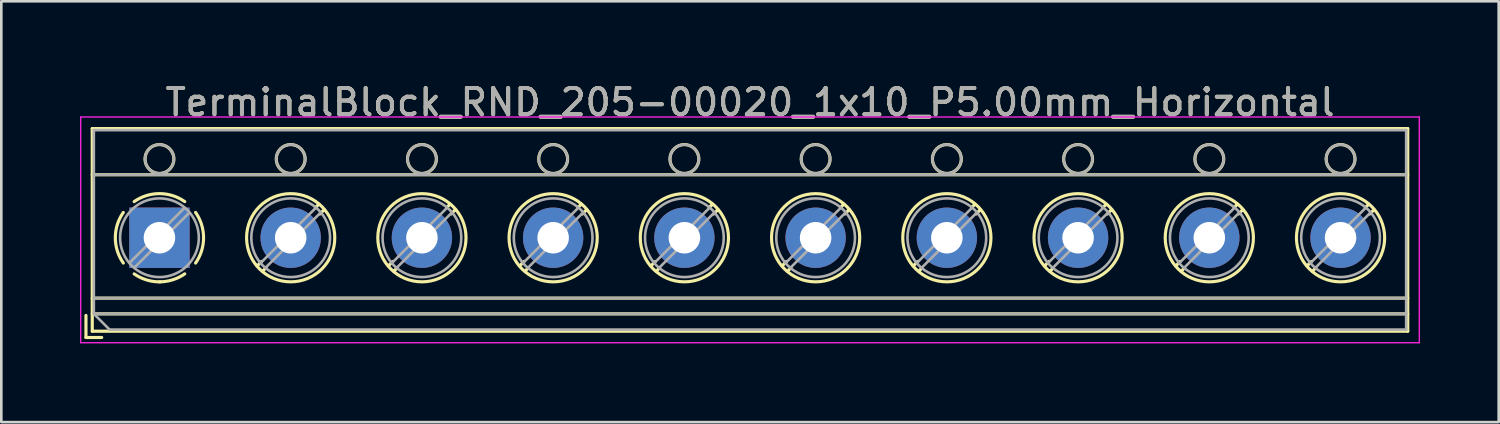
<source format=kicad_pcb>
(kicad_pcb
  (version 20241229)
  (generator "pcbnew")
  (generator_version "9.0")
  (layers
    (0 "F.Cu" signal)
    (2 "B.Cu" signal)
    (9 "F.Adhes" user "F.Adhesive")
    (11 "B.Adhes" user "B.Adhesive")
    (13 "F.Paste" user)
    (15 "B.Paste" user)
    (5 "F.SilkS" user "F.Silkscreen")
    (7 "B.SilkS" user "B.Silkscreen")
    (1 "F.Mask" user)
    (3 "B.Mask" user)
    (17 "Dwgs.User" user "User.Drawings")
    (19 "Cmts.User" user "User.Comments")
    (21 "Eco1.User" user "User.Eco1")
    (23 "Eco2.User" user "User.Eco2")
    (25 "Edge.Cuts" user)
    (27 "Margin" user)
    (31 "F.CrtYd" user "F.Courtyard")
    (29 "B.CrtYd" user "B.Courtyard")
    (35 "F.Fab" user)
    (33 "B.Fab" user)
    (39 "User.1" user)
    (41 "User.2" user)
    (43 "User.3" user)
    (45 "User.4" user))
  (footprint "TerminalBlock_RND_205-00020_1x10_P5.00mm_Horizontal"
    (layer "F.Cu")
    (at 3.025 6.008)
    (property "Reference" "TerminalBlock_RND_205-00020_1x10_P5.00mm_Horizontal" (at 22.5 -5.16 0) (layer "F.SilkS") (effects (font (size 1 1) (thickness 0.15))))
    (attr through_hole)
    (fp_line (start -2.8 2.96) (end -2.8 3.8) (stroke (width 0.12) (type solid)) (layer "F.SilkS"))
    (fp_line (start -2.8 3.8) (end -2.2 3.8) (stroke (width 0.12) (type solid)) (layer "F.SilkS"))
    (fp_line (start -2.56 -4.16) (end -2.56 3.561) (stroke (width 0.12) (type solid)) (layer "F.SilkS"))
    (fp_line (start -2.56 -4.16) (end 47.56 -4.16) (stroke (width 0.12) (type solid)) (layer "F.SilkS"))
    (fp_line (start -2.56 -2.4) (end 47.56 -2.4) (stroke (width 0.12) (type solid)) (layer "F.SilkS"))
    (fp_line (start -2.56 2.3) (end 47.56 2.3) (stroke (width 0.12) (type solid)) (layer "F.SilkS"))
    (fp_line (start -2.56 2.9) (end 47.56 2.9) (stroke (width 0.12) (type solid)) (layer "F.SilkS"))
    (fp_line (start -2.56 3.561) (end 47.56 3.561) (stroke (width 0.12) (type solid)) (layer "F.SilkS"))
    (fp_line (start 3.89 0.905) (end 3.726 1.069) (stroke (width 0.12) (type solid)) (layer "F.SilkS"))
    (fp_line (start 4.06 1.146) (end 3.931 1.274) (stroke (width 0.12) (type solid)) (layer "F.SilkS"))
    (fp_line (start 6.07 -1.275) (end 5.941 -1.146) (stroke (width 0.12) (type solid)) (layer "F.SilkS"))
    (fp_line (start 6.275 -1.069) (end 6.111 -0.905) (stroke (width 0.12) (type solid)) (layer "F.SilkS"))
    (fp_line (start 8.89 0.905) (end 8.726 1.069) (stroke (width 0.12) (type solid)) (layer "F.SilkS"))
    (fp_line (start 9.06 1.146) (end 8.931 1.274) (stroke (width 0.12) (type solid)) (layer "F.SilkS"))
    (fp_line (start 11.07 -1.275) (end 10.941 -1.146) (stroke (width 0.12) (type solid)) (layer "F.SilkS"))
    (fp_line (start 11.275 -1.069) (end 11.111 -0.905) (stroke (width 0.12) (type solid)) (layer "F.SilkS"))
    (fp_line (start 13.89 0.905) (end 13.726 1.069) (stroke (width 0.12) (type solid)) (layer "F.SilkS"))
    (fp_line (start 14.06 1.146) (end 13.931 1.274) (stroke (width 0.12) (type solid)) (layer "F.SilkS"))
    (fp_line (start 16.07 -1.275) (end 15.941 -1.146) (stroke (width 0.12) (type solid)) (layer "F.SilkS"))
    (fp_line (start 16.275 -1.069) (end 16.111 -0.905) (stroke (width 0.12) (type solid)) (layer "F.SilkS"))
    (fp_line (start 18.89 0.905) (end 18.726 1.069) (stroke (width 0.12) (type solid)) (layer "F.SilkS"))
    (fp_line (start 19.06 1.146) (end 18.931 1.274) (stroke (width 0.12) (type solid)) (layer "F.SilkS"))
    (fp_line (start 21.07 -1.275) (end 20.941 -1.146) (stroke (width 0.12) (type solid)) (layer "F.SilkS"))
    (fp_line (start 21.275 -1.069) (end 21.111 -0.905) (stroke (width 0.12) (type solid)) (layer "F.SilkS"))
    (fp_line (start 23.89 0.905) (end 23.726 1.069) (stroke (width 0.12) (type solid)) (layer "F.SilkS"))
    (fp_line (start 24.06 1.146) (end 23.931 1.274) (stroke (width 0.12) (type solid)) (layer "F.SilkS"))
    (fp_line (start 26.07 -1.275) (end 25.941 -1.146) (stroke (width 0.12) (type solid)) (layer "F.SilkS"))
    (fp_line (start 26.275 -1.069) (end 26.111 -0.905) (stroke (width 0.12) (type solid)) (layer "F.SilkS"))
    (fp_line (start 28.89 0.905) (end 28.726 1.069) (stroke (width 0.12) (type solid)) (layer "F.SilkS"))
    (fp_line (start 29.06 1.146) (end 28.931 1.274) (stroke (width 0.12) (type solid)) (layer "F.SilkS"))
    (fp_line (start 31.07 -1.275) (end 30.941 -1.146) (stroke (width 0.12) (type solid)) (layer "F.SilkS"))
    (fp_line (start 31.275 -1.069) (end 31.111 -0.905) (stroke (width 0.12) (type solid)) (layer "F.SilkS"))
    (fp_line (start 33.89 0.905) (end 33.726 1.069) (stroke (width 0.12) (type solid)) (layer "F.SilkS"))
    (fp_line (start 34.06 1.146) (end 33.931 1.274) (stroke (width 0.12) (type solid)) (layer "F.SilkS"))
    (fp_line (start 36.07 -1.275) (end 35.941 -1.146) (stroke (width 0.12) (type solid)) (layer "F.SilkS"))
    (fp_line (start 36.275 -1.069) (end 36.111 -0.905) (stroke (width 0.12) (type solid)) (layer "F.SilkS"))
    (fp_line (start 38.89 0.905) (end 38.726 1.069) (stroke (width 0.12) (type solid)) (layer "F.SilkS"))
    (fp_line (start 39.06 1.146) (end 38.931 1.274) (stroke (width 0.12) (type solid)) (layer "F.SilkS"))
    (fp_line (start 41.07 -1.275) (end 40.941 -1.146) (stroke (width 0.12) (type solid)) (layer "F.SilkS"))
    (fp_line (start 41.275 -1.069) (end 41.111 -0.905) (stroke (width 0.12) (type solid)) (layer "F.SilkS"))
    (fp_line (start 43.89 0.905) (end 43.726 1.069) (stroke (width 0.12) (type solid)) (layer "F.SilkS"))
    (fp_line (start 44.06 1.146) (end 43.931 1.274) (stroke (width 0.12) (type solid)) (layer "F.SilkS"))
    (fp_line (start 46.07 -1.275) (end 45.941 -1.146) (stroke (width 0.12) (type solid)) (layer "F.SilkS"))
    (fp_line (start 46.275 -1.069) (end 46.111 -0.905) (stroke (width 0.12) (type solid)) (layer "F.SilkS"))
    (fp_line (start 47.56 -4.16) (end 47.56 3.561) (stroke (width 0.12) (type solid)) (layer "F.SilkS"))
    (fp_arc (start -1.376825 0.964249) (mid -1.6809 0.000152) (end -1.377 -0.964) (stroke (width 0.12) (type solid)) (layer "F.SilkS"))
    (fp_arc (start -0.964249 -1.376825) (mid -0.000152 -1.6809) (end 0.964 -1.377) (stroke (width 0.12) (type solid)) (layer "F.SilkS"))
    (fp_arc (start 0.029488 1.680641) (mid -0.491302 1.607497) (end -0.964 1.377) (stroke (width 0.12) (type solid)) (layer "F.SilkS"))
    (fp_arc (start 0.963608 1.376175) (mid 0.505186 1.602244) (end 0 1.68) (stroke (width 0.12) (type solid)) (layer "F.SilkS"))
    (fp_arc (start 1.376825 -0.964249) (mid 1.6809 -0.000152) (end 1.377 0.964) (stroke (width 0.12) (type solid)) (layer "F.SilkS"))
    (fp_circle (center 0 -3) (end 0.55 -3) (stroke (width 0.12) (type solid)) (fill no) (layer "F.SilkS"))
    (fp_circle (center 5 -3) (end 5.55 -3) (stroke (width 0.12) (type solid)) (fill no) (layer "F.SilkS"))
    (fp_circle (center 5 0) (end 6.68 0) (stroke (width 0.12) (type solid)) (fill no) (layer "F.SilkS"))
    (fp_circle (center 10 -3) (end 10.55 -3) (stroke (width 0.12) (type solid)) (fill no) (layer "F.SilkS"))
    (fp_circle (center 10 0) (end 11.68 0) (stroke (width 0.12) (type solid)) (fill no) (layer "F.SilkS"))
    (fp_circle (center 15 -3) (end 15.55 -3) (stroke (width 0.12) (type solid)) (fill no) (layer "F.SilkS"))
    (fp_circle (center 15 0) (end 16.68 0) (stroke (width 0.12) (type solid)) (fill no) (layer "F.SilkS"))
    (fp_circle (center 20 -3) (end 20.55 -3) (stroke (width 0.12) (type solid)) (fill no) (layer "F.SilkS"))
    (fp_circle (center 20 0) (end 21.68 0) (stroke (width 0.12) (type solid)) (fill no) (layer "F.SilkS"))
    (fp_circle (center 25 -3) (end 25.55 -3) (stroke (width 0.12) (type solid)) (fill no) (layer "F.SilkS"))
    (fp_circle (center 25 0) (end 26.68 0) (stroke (width 0.12) (type solid)) (fill no) (layer "F.SilkS"))
    (fp_circle (center 30 -3) (end 30.55 -3) (stroke (width 0.12) (type solid)) (fill no) (layer "F.SilkS"))
    (fp_circle (center 30 0) (end 31.68 0) (stroke (width 0.12) (type solid)) (fill no) (layer "F.SilkS"))
    (fp_circle (center 35 -3) (end 35.55 -3) (stroke (width 0.12) (type solid)) (fill no) (layer "F.SilkS"))
    (fp_circle (center 35 0) (end 36.68 0) (stroke (width 0.12) (type solid)) (fill no) (layer "F.SilkS"))
    (fp_circle (center 40 -3) (end 40.55 -3) (stroke (width 0.12) (type solid)) (fill no) (layer "F.SilkS"))
    (fp_circle (center 40 0) (end 41.68 0) (stroke (width 0.12) (type solid)) (fill no) (layer "F.SilkS"))
    (fp_circle (center 45 -3) (end 45.55 -3) (stroke (width 0.12) (type solid)) (fill no) (layer "F.SilkS"))
    (fp_circle (center 45 0) (end 46.68 0) (stroke (width 0.12) (type solid)) (fill no) (layer "F.SilkS"))
    (fp_line (start -3 -4.6) (end -3 4) (stroke (width 0.05) (type solid)) (layer "F.CrtYd"))
    (fp_line (start -3 4) (end 48 4) (stroke (width 0.05) (type solid)) (layer "F.CrtYd"))
    (fp_line (start 48 -4.6) (end -3 -4.6) (stroke (width 0.05) (type solid)) (layer "F.CrtYd"))
    (fp_line (start 48 4) (end 48 -4.6) (stroke (width 0.05) (type solid)) (layer "F.CrtYd"))
    (fp_line (start -2.5 -4.1) (end 47.5 -4.1) (stroke (width 0.1) (type solid)) (layer "F.Fab"))
    (fp_line (start -2.5 -2.4) (end 47.5 -2.4) (stroke (width 0.1) (type solid)) (layer "F.Fab"))
    (fp_line (start -2.5 2.3) (end 47.5 2.3) (stroke (width 0.1) (type solid)) (layer "F.Fab"))
    (fp_line (start -2.5 2.9) (end -2.5 -4.1) (stroke (width 0.1) (type solid)) (layer "F.Fab"))
    (fp_line (start -2.5 2.9) (end 47.5 2.9) (stroke (width 0.1) (type solid)) (layer "F.Fab"))
    (fp_line (start -1.9 3.5) (end -2.5 2.9) (stroke (width 0.1) (type solid)) (layer "F.Fab"))
    (fp_line (start 0.955 -1.138) (end -1.138 0.955) (stroke (width 0.1) (type solid)) (layer "F.Fab"))
    (fp_line (start 1.138 -0.955) (end -0.955 1.138) (stroke (width 0.1) (type solid)) (layer "F.Fab"))
    (fp_line (start 5.955 -1.138) (end 3.863 0.955) (stroke (width 0.1) (type solid)) (layer "F.Fab"))
    (fp_line (start 6.138 -0.955) (end 4.046 1.138) (stroke (width 0.1) (type solid)) (layer "F.Fab"))
    (fp_line (start 10.955 -1.138) (end 8.863 0.955) (stroke (width 0.1) (type solid)) (layer "F.Fab"))
    (fp_line (start 11.138 -0.955) (end 9.046 1.138) (stroke (width 0.1) (type solid)) (layer "F.Fab"))
    (fp_line (start 15.955 -1.138) (end 13.863 0.955) (stroke (width 0.1) (type solid)) (layer "F.Fab"))
    (fp_line (start 16.138 -0.955) (end 14.046 1.138) (stroke (width 0.1) (type solid)) (layer "F.Fab"))
    (fp_line (start 20.955 -1.138) (end 18.863 0.955) (stroke (width 0.1) (type solid)) (layer "F.Fab"))
    (fp_line (start 21.138 -0.955) (end 19.046 1.138) (stroke (width 0.1) (type solid)) (layer "F.Fab"))
    (fp_line (start 25.955 -1.138) (end 23.863 0.955) (stroke (width 0.1) (type solid)) (layer "F.Fab"))
    (fp_line (start 26.138 -0.955) (end 24.046 1.138) (stroke (width 0.1) (type solid)) (layer "F.Fab"))
    (fp_line (start 30.955 -1.138) (end 28.863 0.955) (stroke (width 0.1) (type solid)) (layer "F.Fab"))
    (fp_line (start 31.138 -0.955) (end 29.046 1.138) (stroke (width 0.1) (type solid)) (layer "F.Fab"))
    (fp_line (start 35.955 -1.138) (end 33.863 0.955) (stroke (width 0.1) (type solid)) (layer "F.Fab"))
    (fp_line (start 36.138 -0.955) (end 34.046 1.138) (stroke (width 0.1) (type solid)) (layer "F.Fab"))
    (fp_line (start 40.955 -1.138) (end 38.863 0.955) (stroke (width 0.1) (type solid)) (layer "F.Fab"))
    (fp_line (start 41.138 -0.955) (end 39.046 1.138) (stroke (width 0.1) (type solid)) (layer "F.Fab"))
    (fp_line (start 45.955 -1.138) (end 43.863 0.955) (stroke (width 0.1) (type solid)) (layer "F.Fab"))
    (fp_line (start 46.138 -0.955) (end 44.046 1.138) (stroke (width 0.1) (type solid)) (layer "F.Fab"))
    (fp_line (start 47.5 -4.1) (end 47.5 3.5) (stroke (width 0.1) (type solid)) (layer "F.Fab"))
    (fp_line (start 47.5 3.5) (end -1.9 3.5) (stroke (width 0.1) (type solid)) (layer "F.Fab"))
    (fp_circle (center 0 -3) (end 0.55 -3) (stroke (width 0.1) (type solid)) (fill no) (layer "F.Fab"))
    (fp_circle (center 0 0) (end 1.5 0) (stroke (width 0.1) (type solid)) (fill no) (layer "F.Fab"))
    (fp_circle (center 5 -3) (end 5.55 -3) (stroke (width 0.1) (type solid)) (fill no) (layer "F.Fab"))
    (fp_circle (center 5 0) (end 6.5 0) (stroke (width 0.1) (type solid)) (fill no) (layer "F.Fab"))
    (fp_circle (center 10 -3) (end 10.55 -3) (stroke (width 0.1) (type solid)) (fill no) (layer "F.Fab"))
    (fp_circle (center 10 0) (end 11.5 0) (stroke (width 0.1) (type solid)) (fill no) (layer "F.Fab"))
    (fp_circle (center 15 -3) (end 15.55 -3) (stroke (width 0.1) (type solid)) (fill no) (layer "F.Fab"))
    (fp_circle (center 15 0) (end 16.5 0) (stroke (width 0.1) (type solid)) (fill no) (layer "F.Fab"))
    (fp_circle (center 20 -3) (end 20.55 -3) (stroke (width 0.1) (type solid)) (fill no) (layer "F.Fab"))
    (fp_circle (center 20 0) (end 21.5 0) (stroke (width 0.1) (type solid)) (fill no) (layer "F.Fab"))
    (fp_circle (center 25 -3) (end 25.55 -3) (stroke (width 0.1) (type solid)) (fill no) (layer "F.Fab"))
    (fp_circle (center 25 0) (end 26.5 0) (stroke (width 0.1) (type solid)) (fill no) (layer "F.Fab"))
    (fp_circle (center 30 -3) (end 30.55 -3) (stroke (width 0.1) (type solid)) (fill no) (layer "F.Fab"))
    (fp_circle (center 30 0) (end 31.5 0) (stroke (width 0.1) (type solid)) (fill no) (layer "F.Fab"))
    (fp_circle (center 35 -3) (end 35.55 -3) (stroke (width 0.1) (type solid)) (fill no) (layer "F.Fab"))
    (fp_circle (center 35 0) (end 36.5 0) (stroke (width 0.1) (type solid)) (fill no) (layer "F.Fab"))
    (fp_circle (center 40 -3) (end 40.55 -3) (stroke (width 0.1) (type solid)) (fill no) (layer "F.Fab"))
    (fp_circle (center 40 0) (end 41.5 0) (stroke (width 0.1) (type solid)) (fill no) (layer "F.Fab"))
    (fp_circle (center 45 -3) (end 45.55 -3) (stroke (width 0.1) (type solid)) (fill no) (layer "F.Fab"))
    (fp_circle (center 45 0) (end 46.5 0) (stroke (width 0.1) (type solid)) (fill no) (layer "F.Fab"))
    (fp_text user "${REFERENCE}" (at 22.5 -5.16 0) (layer "F.Fab") (effects (font (size 1 1) (thickness 0.15))))
    (pad "1" thru_hole rect (at 0 0) (size 2.3 2.3) (drill 1.2) (layers "*.Cu" "*.Mask"))
    (pad "2" thru_hole circle (at 5 0) (size 2.3 2.3) (drill 1.2) (layers "*.Cu" "*.Mask"))
    (pad "3" thru_hole circle (at 10 0) (size 2.3 2.3) (drill 1.2) (layers "*.Cu" "*.Mask"))
    (pad "4" thru_hole circle (at 15 0) (size 2.3 2.3) (drill 1.2) (layers "*.Cu" "*.Mask"))
    (pad "5" thru_hole circle (at 20 0) (size 2.3 2.3) (drill 1.2) (layers "*.Cu" "*.Mask"))
    (pad "6" thru_hole circle (at 25 0) (size 2.3 2.3) (drill 1.2) (layers "*.Cu" "*.Mask"))
    (pad "7" thru_hole circle (at 30 0) (size 2.3 2.3) (drill 1.2) (layers "*.Cu" "*.Mask"))
    (pad "8" thru_hole circle (at 35 0) (size 2.3 2.3) (drill 1.2) (layers "*.Cu" "*.Mask"))
    (pad "9" thru_hole circle (at 40 0) (size 2.3 2.3) (drill 1.2) (layers "*.Cu" "*.Mask"))
    (pad "10" thru_hole circle (at 45 0) (size 2.3 2.3) (drill 1.2) (layers "*.Cu" "*.Mask")))
  (gr_rect
    (start -3 -3)
    (end 54.05 13.033)
    (stroke (width 0.1) (type default))
    (fill no)
    (layer "Edge.Cuts")))
</source>
